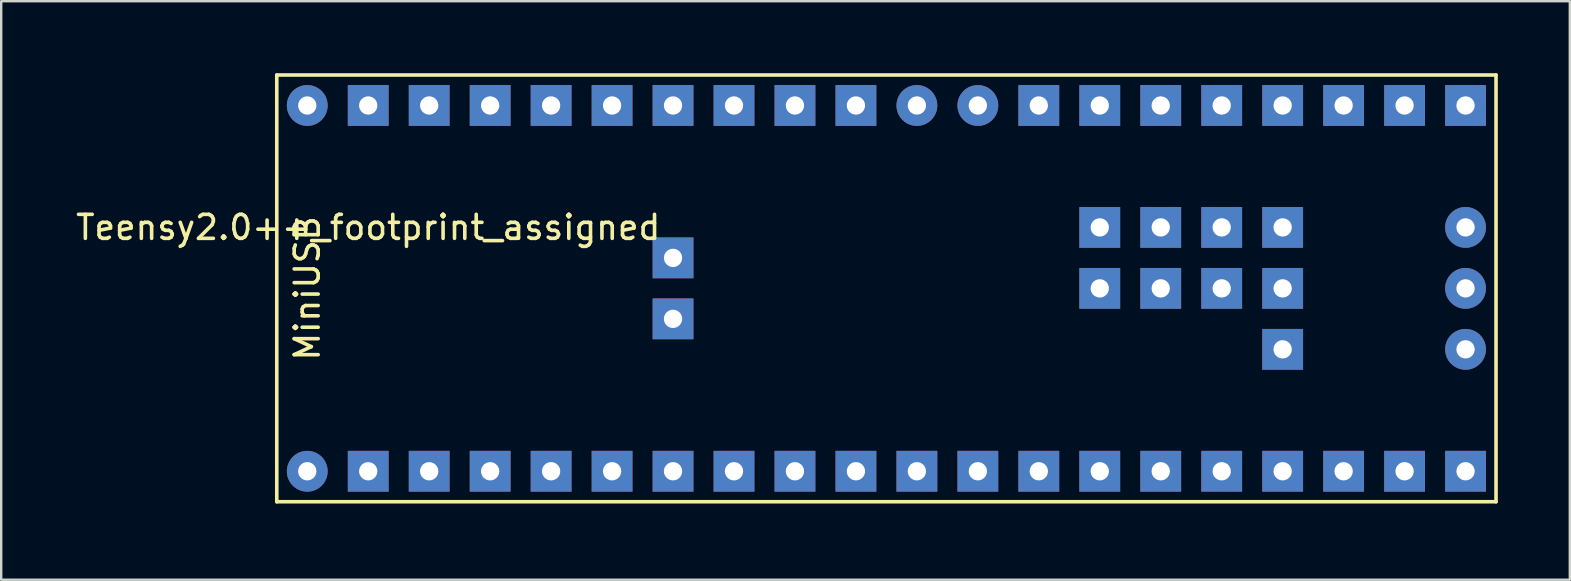
<source format=kicad_pcb>
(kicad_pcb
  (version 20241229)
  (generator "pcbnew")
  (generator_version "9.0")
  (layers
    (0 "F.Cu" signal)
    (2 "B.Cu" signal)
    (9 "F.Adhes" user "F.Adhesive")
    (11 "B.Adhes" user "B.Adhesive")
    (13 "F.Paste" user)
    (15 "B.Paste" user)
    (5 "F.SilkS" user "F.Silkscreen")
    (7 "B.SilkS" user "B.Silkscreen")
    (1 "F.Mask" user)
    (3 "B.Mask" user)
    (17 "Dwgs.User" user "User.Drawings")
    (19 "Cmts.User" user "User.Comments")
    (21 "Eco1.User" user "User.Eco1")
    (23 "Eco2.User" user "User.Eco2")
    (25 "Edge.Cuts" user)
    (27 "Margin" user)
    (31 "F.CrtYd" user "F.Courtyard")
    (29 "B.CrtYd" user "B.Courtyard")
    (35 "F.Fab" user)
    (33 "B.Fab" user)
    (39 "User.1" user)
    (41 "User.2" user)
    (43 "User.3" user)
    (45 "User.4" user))
  (footprint "Teensy2.0++_footprint_assigned"
    (layer "F.Cu")
    (at 8.482 17.855)
    (property "Reference" "Teensy2.0++_footprint_assigned" (at 3.81 -11.43 0) (layer "F.SilkS") (effects (font (size 1 1) (thickness 0.15))))
    (attr through_hole)
    (fp_line (start 0 -12.7) (end 3.81 -12.7) (stroke (width 0.15) (type solid)) (layer "F.Mask"))
    (fp_line (start 3.81 -12.7) (end 3.81 -5.08) (stroke (width 0.15) (type solid)) (layer "F.Mask"))
    (fp_line (start 3.81 -5.08) (end 0 -5.08) (stroke (width 0.15) (type solid)) (layer "F.Mask"))
    (fp_line (start 0 -17.78) (end 50.8 -17.78) (stroke (width 0.15) (type solid)) (layer "F.SilkS"))
    (fp_line (start 0 0) (end 0 -17.78) (stroke (width 0.15) (type solid)) (layer "F.SilkS"))
    (fp_line (start 50.8 -17.78) (end 50.8 0) (stroke (width 0.15) (type solid)) (layer "F.SilkS"))
    (fp_line (start 50.8 0) (end 0 0) (stroke (width 0.15) (type solid)) (layer "F.SilkS"))
    (fp_text user "MiniUSB" (at 1.27 -8.89 90) (layer "F.SilkS") (effects (font (size 1 1) (thickness 0.15))))
    (pad "0" thru_hole rect (at 6.35 -1.27) (size 1.7 1.7) (drill 0.762) (layers "*.Cu" "*.Mask"))
    (pad "1" thru_hole rect (at 8.89 -1.27) (size 1.7 1.7) (drill 0.762) (layers "*.Cu" "*.Mask"))
    (pad "2" thru_hole rect (at 11.43 -1.27) (size 1.7 1.7) (drill 0.762) (layers "*.Cu" "*.Mask"))
    (pad "3" thru_hole rect (at 13.97 -1.27) (size 1.7 1.7) (drill 0.762) (layers "*.Cu" "*.Mask"))
    (pad "4" thru_hole rect (at 16.51 -1.27) (size 1.7 1.7) (drill 0.762) (layers "*.Cu" "*.Mask"))
    (pad "5" thru_hole rect (at 19.05 -1.27) (size 1.7 1.7) (drill 0.762) (layers "*.Cu" "*.Mask"))
    (pad "6" thru_hole rect (at 21.59 -1.27) (size 1.7 1.7) (drill 0.762) (layers "*.Cu" "*.Mask"))
    (pad "7" thru_hole rect (at 24.13 -1.27) (size 1.7 1.7) (drill 0.762) (layers "*.Cu" "*.Mask"))
    (pad "8" thru_hole rect (at 26.67 -1.27) (size 1.7 1.7) (drill 0.762) (layers "*.Cu" "*.Mask"))
    (pad "9" thru_hole rect (at 29.21 -1.27) (size 1.7 1.7) (drill 0.762) (layers "*.Cu" "*.Mask"))
    (pad "10" thru_hole rect (at 31.75 -1.27) (size 1.7 1.7) (drill 0.762) (layers "*.Cu" "*.Mask"))
    (pad "11" thru_hole rect (at 34.29 -1.27) (size 1.7 1.7) (drill 0.762) (layers "*.Cu" "*.Mask"))
    (pad "12" thru_hole rect (at 36.83 -1.27) (size 1.7 1.7) (drill 0.762) (layers "*.Cu" "*.Mask"))
    (pad "13" thru_hole rect (at 39.37 -1.27) (size 1.7 1.7) (drill 0.762) (layers "*.Cu" "*.Mask"))
    (pad "14" thru_hole rect (at 41.91 -1.27) (size 1.7 1.7) (drill 0.762) (layers "*.Cu" "*.Mask"))
    (pad "15" thru_hole rect (at 44.45 -1.27) (size 1.7 1.7) (drill 0.762) (layers "*.Cu" "*.Mask"))
    (pad "16" thru_hole rect (at 46.99 -1.27) (size 1.7 1.7) (drill 0.762) (layers "*.Cu" "*.Mask"))
    (pad "17" thru_hole rect (at 49.53 -1.27) (size 1.7 1.7) (drill 0.762) (layers "*.Cu" "*.Mask"))
    (pad "18" thru_hole rect (at 24.13 -16.51) (size 1.7 1.7) (drill 0.762) (layers "*.Cu" "*.Mask"))
    (pad "19" thru_hole rect (at 21.59 -16.51) (size 1.7 1.7) (drill 0.762) (layers "*.Cu" "*.Mask"))
    (pad "20" thru_hole rect (at 19.05 -16.51) (size 1.7 1.7) (drill 0.762) (layers "*.Cu" "*.Mask"))
    (pad "21" thru_hole rect (at 16.51 -16.51) (size 1.7 1.7) (drill 0.762) (layers "*.Cu" "*.Mask"))
    (pad "22" thru_hole rect (at 13.97 -16.51) (size 1.7 1.7) (drill 0.762) (layers "*.Cu" "*.Mask"))
    (pad "23" thru_hole rect (at 11.43 -16.51) (size 1.7 1.7) (drill 0.762) (layers "*.Cu" "*.Mask"))
    (pad "24" thru_hole rect (at 8.89 -16.51) (size 1.7 1.7) (drill 0.762) (layers "*.Cu" "*.Mask"))
    (pad "25" thru_hole rect (at 6.35 -16.51) (size 1.7 1.7) (drill 0.762) (layers "*.Cu" "*.Mask"))
    (pad "26" thru_hole rect (at 3.81 -16.51) (size 1.7 1.7) (drill 0.762) (layers "*.Cu" "*.Mask"))
    (pad "27" thru_hole rect (at 3.81 -1.27) (size 1.7 1.7) (drill 0.762) (layers "*.Cu" "*.Mask"))
    (pad "28" thru_hole rect (at 34.29 -11.43) (size 1.7 1.7) (drill 0.762) (layers "*.Cu" "*.Mask"))
    (pad "29" thru_hole rect (at 36.83 -11.43) (size 1.7 1.7) (drill 0.762) (layers "*.Cu" "*.Mask"))
    (pad "30" thru_hole rect (at 39.37 -11.43) (size 1.7 1.7) (drill 0.762) (layers "*.Cu" "*.Mask"))
    (pad "31" thru_hole rect (at 41.91 -11.43) (size 1.7 1.7) (drill 0.762) (layers "*.Cu" "*.Mask"))
    (pad "32" thru_hole rect (at 34.29 -8.89) (size 1.7 1.7) (drill 0.762) (layers "*.Cu" "*.Mask"))
    (pad "33" thru_hole rect (at 36.83 -8.89) (size 1.7 1.7) (drill 0.762) (layers "*.Cu" "*.Mask"))
    (pad "34" thru_hole rect (at 39.37 -8.89) (size 1.7 1.7) (drill 0.762) (layers "*.Cu" "*.Mask"))
    (pad "35" thru_hole rect (at 41.91 -8.89) (size 1.7 1.7) (drill 0.762) (layers "*.Cu" "*.Mask"))
    (pad "36" thru_hole rect (at 16.51 -10.16) (size 1.7 1.7) (drill 0.762) (layers "*.Cu" "*.Mask"))
    (pad "37" thru_hole rect (at 16.51 -7.62) (size 1.7 1.7) (drill 0.762) (layers "*.Cu" "*.Mask"))
    (pad "38" thru_hole rect (at 31.75 -16.51) (size 1.7 1.7) (drill 0.762) (layers "*.Cu" "*.Mask"))
    (pad "39" thru_hole rect (at 34.29 -16.51) (size 1.7 1.7) (drill 0.762) (layers "*.Cu" "*.Mask"))
    (pad "40" thru_hole rect (at 36.83 -16.51) (size 1.7 1.7) (drill 0.762) (layers "*.Cu" "*.Mask"))
    (pad "41" thru_hole rect (at 39.37 -16.51) (size 1.7 1.7) (drill 0.762) (layers "*.Cu" "*.Mask"))
    (pad "42" thru_hole rect (at 41.91 -16.51) (size 1.7 1.7) (drill 0.762) (layers "*.Cu" "*.Mask"))
    (pad "43" thru_hole rect (at 44.45 -16.51) (size 1.7 1.7) (drill 0.762) (layers "*.Cu" "*.Mask"))
    (pad "44" thru_hole rect (at 46.99 -16.51) (size 1.7 1.7) (drill 0.762) (layers "*.Cu" "*.Mask"))
    (pad "45" thru_hole rect (at 49.53 -16.51) (size 1.7 1.7) (drill 0.762) (layers "*.Cu" "*.Mask"))
    (pad "46" thru_hole circle (at 1.27 -16.51) (size 1.7 1.7) (drill 0.762) (layers "*.Cu" "*.Mask"))
    (pad "47" thru_hole circle (at 26.67 -16.51) (size 1.7 1.7) (drill 0.762) (layers "*.Cu" "*.Mask"))
    (pad "48" thru_hole circle (at 29.21 -16.51) (size 1.7 1.7) (drill 0.762) (layers "*.Cu" "*.Mask"))
    (pad "49" thru_hole circle (at 1.27 -1.27) (size 1.7 1.7) (drill 0.762) (layers "*.Cu" "*.Mask"))
    (pad "50" thru_hole rect (at 41.91 -6.35) (size 1.7 1.7) (drill 0.762) (layers "*.Cu" "*.Mask"))
    (pad "51" thru_hole circle (at 49.53 -6.35) (size 1.7 1.7) (drill 0.762) (layers "*.Cu" "*.Mask"))
    (pad "52" thru_hole circle (at 49.53 -8.89) (size 1.7 1.7) (drill 0.762) (layers "*.Cu" "*.Mask"))
    (pad "53" thru_hole circle (at 49.53 -11.43 90) (size 1.7 1.7) (drill 0.762) (layers "*.Cu" "*.Mask")))
  (gr_rect
    (start -3 -3)
    (end 62.357 21.105)
    (stroke (width 0.1) (type default))
    (fill no)
    (layer "Edge.Cuts")))
</source>
